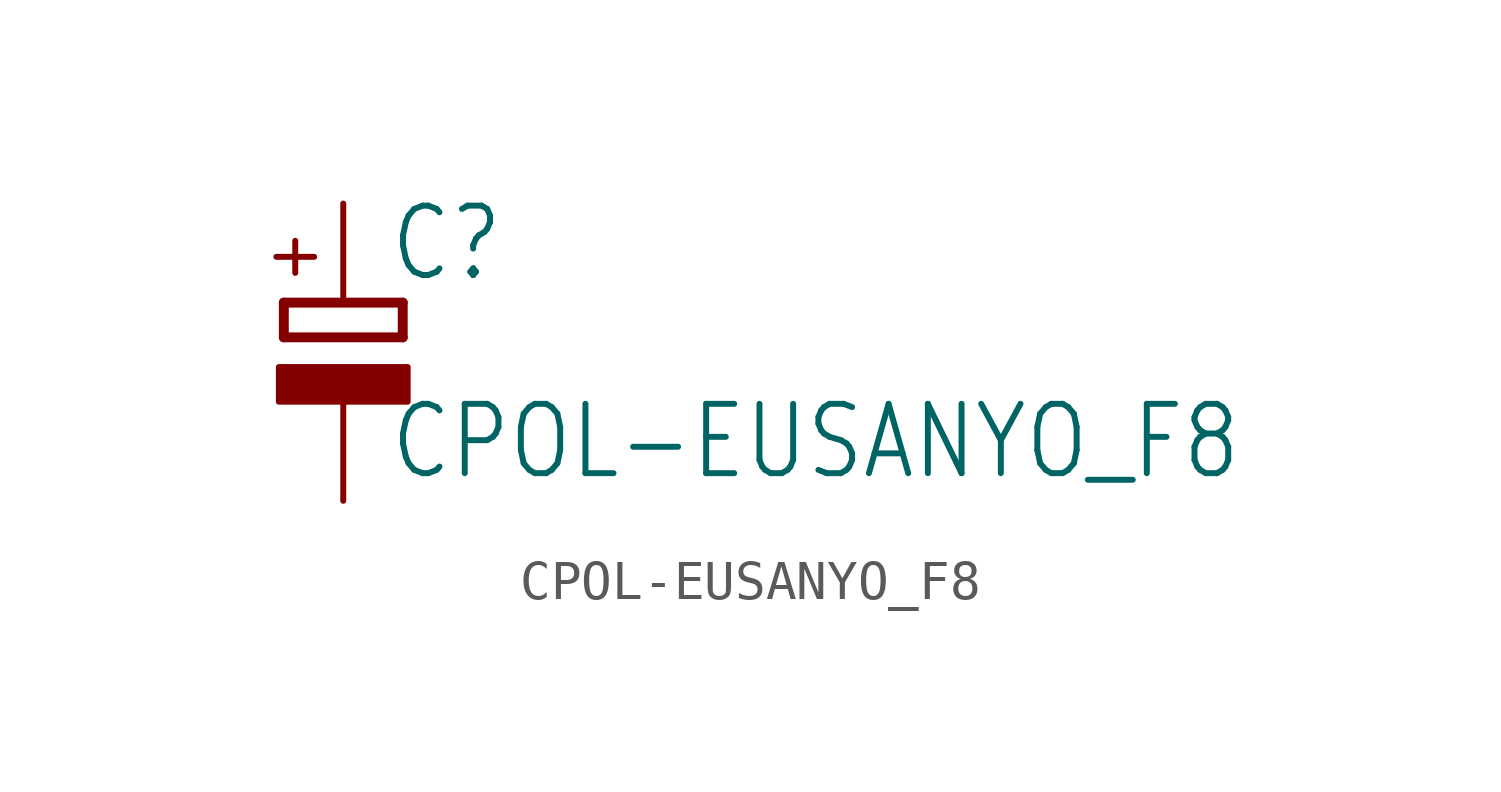
<source format=kicad_sym>
(kicad_symbol_lib
  (version 20220914)
  (generator kicad_symbol_editor)
  (symbol "CPOL-EUSANYO_F8"
    (property "Reference" "C"
      (at 1.143 0.483 0)
      (effects (font (size 1.778 1.511)) (justify left bottom)))
    (property "Value" "CPOL-EUSANYO_F8"
      (at 1.143 -4.597 0)
      (effects (font (size 1.778 1.511)) (justify left bottom)))
    (property "ki_locked" ""
      (at 0 0 0)
      (effects (font (size 1.27 1.27))))
    (symbol "CPOL-EUSANYO_F8_1_0"
      (rectangle (start -1.651 -2.54) (end 1.651 -1.651) (stroke (width 0) (type default)) (fill (type outline)))
      (polyline (pts (xy -1.524 -0.889) (xy 1.524 -0.889)) (stroke (width 0.254) (type default)) (fill (type none)))
      (polyline (pts (xy -1.524 0) (xy -1.524 -0.889)) (stroke (width 0.254) (type default)) (fill (type none)))
      (polyline (pts (xy -1.524 0) (xy 1.524 0)) (stroke (width 0.254) (type default)) (fill (type none)))
      (polyline (pts (xy 1.524 -0.889) (xy 1.524 0)) (stroke (width 0.254) (type default)) (fill (type none)))
      (text "+" (at -0.584 0.406 900) (effects (font (size 1.27 1.079)) (justify left bottom)))
      (pin passive line (at 0 2.54 270) (length 2.54) (name "+" (effects (font (size 0 0)))) (number "+" (effects (font (size 0 0)))))
      (pin passive line (at 0 -5.08 90) (length 2.54) (name "-" (effects (font (size 0 0)))) (number "-" (effects (font (size 0 0))))))))
</source>
